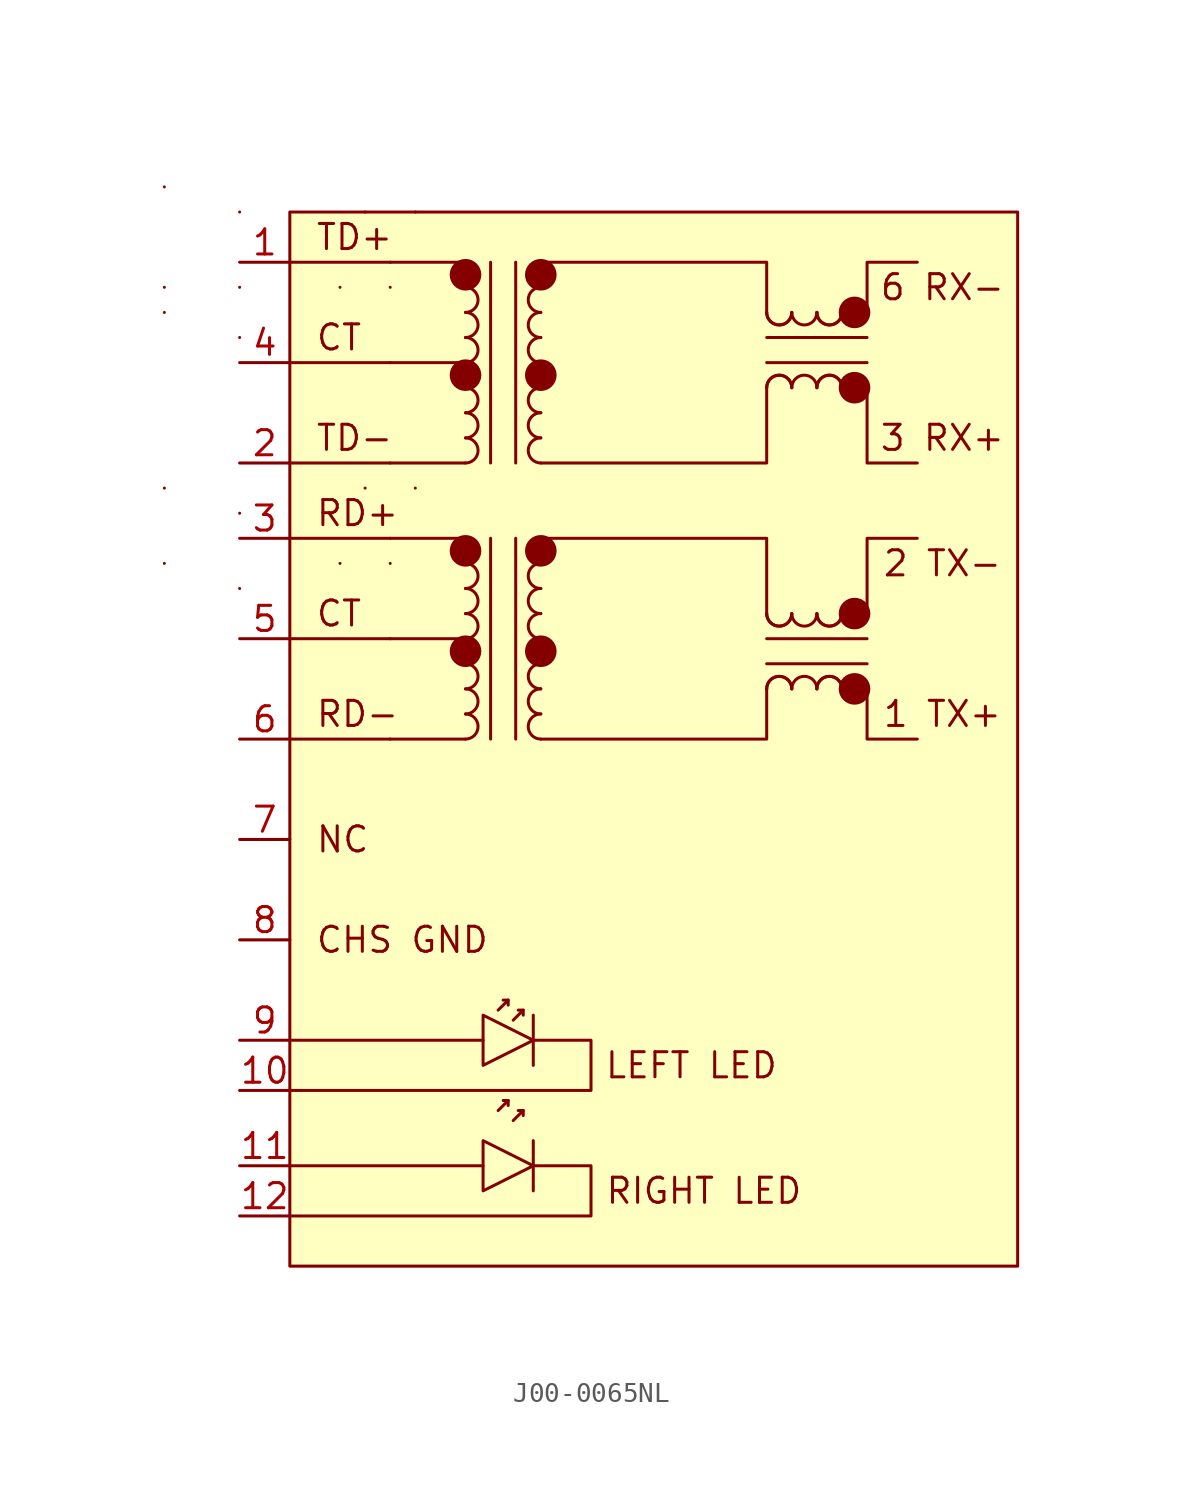
<source format=kicad_sym>
(kicad_symbol_lib
  (version 20211014)
  (generator kicad_symbol_editor)
  (symbol "J00-0065NL"
    (pin_names
      (offset 1.016) hide)
    (property "Reference" "J"
      (at 17.78 7.62 0)
      (effects (font (size 1.27 1.27)) hide))
    (symbol "J00-0065NL_0_0"
      (polyline (pts (xy 0 -41.91) (xy 9.779 -41.91)) (stroke (width 0) (type default) (color 0 0 0 0)) (fill (type none)))
      (polyline (pts (xy 0 -26.67) (xy 5.08 -26.67)) (stroke (width 0) (type default) (color 0 0 0 0)) (fill (type none)))
      (polyline (pts (xy 0 -21.59) (xy 5.08 -21.59)) (stroke (width 0) (type default) (color 0 0 0 0)) (fill (type none)))
      (polyline (pts (xy 0 -16.51) (xy 5.08 -16.51)) (stroke (width 0) (type default) (color 0 0 0 0)) (fill (type none)))
      (polyline (pts (xy 0 -12.7) (xy 5.08 -12.7)) (stroke (width 0) (type default) (color 0 0 0 0)) (fill (type none)))
      (polyline (pts (xy 0 -7.62) (xy 5.08 -7.62)) (stroke (width 0) (type default) (color 0 0 0 0)) (fill (type none)))
      (polyline (pts (xy 0 -2.54) (xy 5.08 -2.54)) (stroke (width 0) (type default) (color 0 0 0 0)) (fill (type none)))
      (polyline (pts (xy 12.319 -41.91) (xy 15.24 -41.91) (xy 15.24 -44.45) (xy 0 -44.45)) (stroke (width 0) (type default) (color 0 0 0 0)) (fill (type none)))
      (rectangle (start 0 0) (end 36.83 -53.34) (stroke (width 0) (type default) (color 0 0 0 0)) (fill (type background)))
      (circle (center 8.89 -22.225) (radius 0.0001) (stroke (width 0.8) (type default) (color 0 0 0 0)) (fill (type none)))
      (circle (center 8.89 -17.145) (radius 0.0001) (stroke (width 0.8) (type default) (color 0 0 0 0)) (fill (type none)))
      (circle (center 8.89 -8.255) (radius 0.0001) (stroke (width 0.8) (type default) (color 0 0 0 0)) (fill (type none)))
      (circle (center 8.89 -3.175) (radius 0.0001) (stroke (width 0.8) (type default) (color 0 0 0 0)) (fill (type none)))
      (circle (center 12.7 -22.225) (radius 0.0001) (stroke (width 0.8) (type default) (color 0 0 0 0)) (fill (type none)))
      (circle (center 12.7 -17.145) (radius 0.0001) (stroke (width 0.8) (type default) (color 0 0 0 0)) (fill (type none)))
      (circle (center 12.7 -8.255) (radius 0.0001) (stroke (width 0.8) (type default) (color 0 0 0 0)) (fill (type none)))
      (circle (center 12.7 -3.175) (radius 0.0001) (stroke (width 0.8) (type default) (color 0 0 0 0)) (fill (type none)))
      (circle (center 28.575 -24.13) (radius 0.0001) (stroke (width 0.8) (type default) (color 0 0 0 0)) (fill (type none)))
      (circle (center 28.575 -20.32) (radius 0.0001) (stroke (width 0.8) (type default) (color 0 0 0 0)) (fill (type none)))
      (circle (center 28.575 -8.89) (radius 0.0001) (stroke (width 0.8) (type default) (color 0 0 0 0)) (fill (type none)))
      (circle (center 28.575 -5.08) (radius 0.0001) (stroke (width 0.8) (type default) (color 0 0 0 0)) (fill (type none)))
      (text "1 TX+" (at 33.02 -25.4 0) (effects (font (size 1.27 1.27))))
      (text "2 TX-" (at 33.02 -17.78 0) (effects (font (size 1.27 1.27))))
      (text "3 RX+" (at 33.02 -11.43 0) (effects (font (size 1.27 1.27))))
      (text "6 RX-" (at 33.02 -3.81 0) (effects (font (size 1.27 1.27))))
      (text "CT" (at 1.27 -6.35 0) (effects (font (size 1.27 1.27)) (justify left)))
      (text "LEFT LED" (at 20.32 -43.18 0) (effects (font (size 1.27 1.27))))
      (text "TD+" (at 1.27 -1.27 0) (effects (font (size 1.27 1.27)) (justify left))))
    (symbol "J00-0065NL_0_1"
      (arc (start -6.35 -13.97) (mid -6.35 -16.51) (end -6.35 -13.97) (stroke (width 0) (type default) (color 0 0 0 0)) (fill (type none)))
      (polyline (pts (xy 8.89 -26.67) (xy 5.08 -26.67)) (stroke (width 0) (type default) (color 0 0 0 0)) (fill (type none)))
      (polyline (pts (xy 8.89 -21.59) (xy 5.08 -21.59)) (stroke (width 0) (type default) (color 0 0 0 0)) (fill (type none)))
      (polyline (pts (xy 8.89 -16.51) (xy 5.08 -16.51)) (stroke (width 0) (type default) (color 0 0 0 0)) (fill (type none)))
      (polyline (pts (xy 8.89 -12.7) (xy 5.08 -12.7)) (stroke (width 0) (type default) (color 0 0 0 0)) (fill (type none)))
      (polyline (pts (xy 8.89 -7.62) (xy 5.08 -7.62)) (stroke (width 0) (type default) (color 0 0 0 0)) (fill (type none)))
      (polyline (pts (xy 8.89 -2.54) (xy 5.08 -2.54)) (stroke (width 0) (type default) (color 0 0 0 0)) (fill (type none)))
      (polyline (pts (xy 11.049 -44.958) (xy 10.795 -44.958)) (stroke (width 0) (type default) (color 0 0 0 0)) (fill (type none)))
      (polyline (pts (xy 11.811 -45.466) (xy 11.557 -45.466)) (stroke (width 0) (type default) (color 0 0 0 0)) (fill (type none)))
      (polyline (pts (xy 12.319 -40.64) (xy 12.319 -43.18)) (stroke (width 0) (type default) (color 0 0 0 0)) (fill (type none)))
      (polyline (pts (xy 10.541 -45.466) (xy 11.049 -44.958) (xy 11.049 -45.212)) (stroke (width 0) (type default) (color 0 0 0 0)) (fill (type none)))
      (polyline (pts (xy 11.303 -45.974) (xy 11.811 -45.466) (xy 11.811 -45.72)) (stroke (width 0) (type default) (color 0 0 0 0)) (fill (type none)))
      (polyline (pts (xy 9.779 -40.64) (xy 9.779 -43.18) (xy 12.319 -41.91) (xy 9.779 -40.64)) (stroke (width 0) (type default) (color 0 0 0 0)) (fill (type none)))
      (arc (start 8.89 -22.86) (mid 9.525 -22.225) (end 8.89 -21.59) (stroke (width 0) (type default) (color 0 0 0 0)) (fill (type none)))
      (arc (start 8.89 -21.59) (mid 9.525 -20.955) (end 8.89 -20.32) (stroke (width 0) (type default) (color 0 0 0 0)) (fill (type none)))
      (arc (start 8.89 -17.78) (mid 9.525 -17.145) (end 8.89 -16.51) (stroke (width 0) (type default) (color 0 0 0 0)) (fill (type none))))
    (symbol "J00-0065NL_1_1"
      (arc (start -6.35 -17.78) (mid -6.35 -20.32) (end -6.35 -17.78) (stroke (width 0) (type default) (color 0 0 0 0)) (fill (type none)))
      (arc (start -6.35 -5.08) (mid -6.35 -7.62) (end -6.35 -5.08) (stroke (width 0) (type default) (color 0 0 0 0)) (fill (type none)))
      (arc (start -6.35 -3.81) (mid -6.35 -6.35) (end -6.35 -3.81) (stroke (width 0) (type default) (color 0 0 0 0)) (fill (type none)))
      (arc (start -6.35 1.27) (mid -6.35 -1.27) (end -6.35 1.27) (stroke (width 0) (type default) (color 0 0 0 0)) (fill (type none)))
      (arc (start -2.54 -19.05) (mid -2.54 -16.51) (end -2.54 -19.05) (stroke (width 0) (type default) (color 0 0 0 0)) (fill (type none)))
      (arc (start -2.54 -15.24) (mid -2.54 -12.7) (end -2.54 -15.24) (stroke (width 0) (type default) (color 0 0 0 0)) (fill (type none)))
      (arc (start -2.54 -6.35) (mid -2.54 -3.81) (end -2.54 -6.35) (stroke (width 0) (type default) (color 0 0 0 0)) (fill (type none)))
      (arc (start -2.54 -3.81) (mid -2.54 -1.27) (end -2.54 -3.81) (stroke (width 0) (type default) (color 0 0 0 0)) (fill (type none)))
      (arc (start -2.54 0) (mid -2.54 2.54) (end -2.54 0) (stroke (width 0) (type default) (color 0 0 0 0)) (fill (type none)))
      (polyline (pts (xy 0 -48.26) (xy 9.779 -48.26)) (stroke (width 0) (type default) (color 0 0 0 0)) (fill (type none)))
      (polyline (pts (xy 10.16 -16.51) (xy 10.16 -26.67)) (stroke (width 0) (type default) (color 0 0 0 0)) (fill (type none)))
      (polyline (pts (xy 10.16 -2.54) (xy 10.16 -12.7)) (stroke (width 0) (type default) (color 0 0 0 0)) (fill (type none)))
      (polyline (pts (xy 11.049 -39.878) (xy 10.795 -39.878)) (stroke (width 0) (type default) (color 0 0 0 0)) (fill (type none)))
      (polyline (pts (xy 11.43 -26.67) (xy 11.43 -16.51)) (stroke (width 0) (type default) (color 0 0 0 0)) (fill (type none)))
      (polyline (pts (xy 11.43 -12.7) (xy 11.43 -2.54)) (stroke (width 0) (type default) (color 0 0 0 0)) (fill (type none)))
      (polyline (pts (xy 11.811 -40.386) (xy 11.557 -40.386)) (stroke (width 0) (type default) (color 0 0 0 0)) (fill (type none)))
      (polyline (pts (xy 12.319 -46.99) (xy 12.319 -49.53)) (stroke (width 0) (type default) (color 0 0 0 0)) (fill (type none)))
      (polyline (pts (xy 24.13 -22.86) (xy 29.21 -22.86)) (stroke (width 0) (type default) (color 0 0 0 0)) (fill (type none)))
      (polyline (pts (xy 24.13 -7.62) (xy 29.21 -7.62)) (stroke (width 0) (type default) (color 0 0 0 0)) (fill (type none)))
      (polyline (pts (xy 29.21 -21.59) (xy 24.13 -21.59)) (stroke (width 0) (type default) (color 0 0 0 0)) (fill (type none)))
      (polyline (pts (xy 29.21 -6.35) (xy 24.13 -6.35)) (stroke (width 0) (type default) (color 0 0 0 0)) (fill (type none)))
      (polyline (pts (xy 10.541 -40.386) (xy 11.049 -39.878) (xy 11.049 -40.132)) (stroke (width 0) (type default) (color 0 0 0 0)) (fill (type none)))
      (polyline (pts (xy 11.303 -40.894) (xy 11.811 -40.386) (xy 11.811 -40.64)) (stroke (width 0) (type default) (color 0 0 0 0)) (fill (type none)))
      (polyline (pts (xy 12.7 -16.51) (xy 24.13 -16.51) (xy 24.13 -20.32)) (stroke (width 0) (type default) (color 0 0 0 0)) (fill (type none)))
      (polyline (pts (xy 12.7 -12.7) (xy 24.13 -12.7) (xy 24.13 -8.89)) (stroke (width 0) (type default) (color 0 0 0 0)) (fill (type none)))
      (polyline (pts (xy 12.7 -2.54) (xy 24.13 -2.54) (xy 24.13 -5.08)) (stroke (width 0) (type default) (color 0 0 0 0)) (fill (type none)))
      (polyline (pts (xy 24.13 -24.13) (xy 24.13 -26.67) (xy 12.7 -26.67)) (stroke (width 0) (type default) (color 0 0 0 0)) (fill (type none)))
      (polyline (pts (xy 29.21 -24.13) (xy 29.21 -26.67) (xy 31.75 -26.67)) (stroke (width 0) (type default) (color 0 0 0 0)) (fill (type none)))
      (polyline (pts (xy 29.21 -20.32) (xy 29.21 -16.51) (xy 31.75 -16.51)) (stroke (width 0) (type default) (color 0 0 0 0)) (fill (type none)))
      (polyline (pts (xy 29.21 -8.89) (xy 29.21 -12.7) (xy 31.75 -12.7)) (stroke (width 0) (type default) (color 0 0 0 0)) (fill (type none)))
      (polyline (pts (xy 29.21 -5.08) (xy 29.21 -2.54) (xy 31.75 -2.54)) (stroke (width 0) (type default) (color 0 0 0 0)) (fill (type none)))
      (polyline (pts (xy 9.779 -46.99) (xy 9.779 -49.53) (xy 12.319 -48.26) (xy 9.779 -46.99)) (stroke (width 0) (type default) (color 0 0 0 0)) (fill (type none)))
      (polyline (pts (xy 12.319 -48.26) (xy 15.24 -48.26) (xy 15.24 -50.8) (xy 0 -50.8)) (stroke (width 0) (type default) (color 0 0 0 0)) (fill (type none)))
      (arc (start 2.54 -17.78) (mid 5.08 -17.78) (end 2.54 -17.78) (stroke (width 0) (type default) (color 0 0 0 0)) (fill (type none)))
      (arc (start 2.54 -3.81) (mid 5.08 -3.81) (end 2.54 -3.81) (stroke (width 0) (type default) (color 0 0 0 0)) (fill (type none)))
      (arc (start 3.81 -13.97) (mid 1.27 -13.97) (end 3.81 -13.97) (stroke (width 0) (type default) (color 0 0 0 0)) (fill (type none)))
      (arc (start 3.81 0) (mid 1.27 0) (end 3.81 0) (stroke (width 0) (type default) (color 0 0 0 0)) (fill (type none)))
      (arc (start 5.08 -17.78) (mid 7.62 -17.78) (end 5.08 -17.78) (stroke (width 0) (type default) (color 0 0 0 0)) (fill (type none)))
      (arc (start 5.08 -3.81) (mid 7.62 -3.81) (end 5.08 -3.81) (stroke (width 0) (type default) (color 0 0 0 0)) (fill (type none)))
      (arc (start 6.35 -13.97) (mid 3.81 -13.97) (end 6.35 -13.97) (stroke (width 0) (type default) (color 0 0 0 0)) (fill (type none)))
      (arc (start 6.35 0) (mid 3.81 0) (end 6.35 0) (stroke (width 0) (type default) (color 0 0 0 0)) (fill (type none)))
      (arc (start 8.89 -26.67) (mid 9.525 -26.035) (end 8.89 -25.4) (stroke (width 0) (type default) (color 0 0 0 0)) (fill (type none)))
      (arc (start 8.89 -25.4) (mid 9.525 -24.765) (end 8.89 -24.13) (stroke (width 0) (type default) (color 0 0 0 0)) (fill (type none)))
      (arc (start 8.89 -24.13) (mid 9.525 -23.495) (end 8.89 -22.86) (stroke (width 0) (type default) (color 0 0 0 0)) (fill (type none)))
      (arc (start 8.89 -20.32) (mid 9.525 -19.685) (end 8.89 -19.05) (stroke (width 0) (type default) (color 0 0 0 0)) (fill (type none)))
      (arc (start 8.89 -19.05) (mid 9.525 -18.415) (end 8.89 -17.78) (stroke (width 0) (type default) (color 0 0 0 0)) (fill (type none)))
      (arc (start 8.89 -12.7) (mid 9.525 -12.065) (end 8.89 -11.43) (stroke (width 0) (type default) (color 0 0 0 0)) (fill (type none)))
      (arc (start 8.89 -11.43) (mid 9.525 -10.795) (end 8.89 -10.16) (stroke (width 0) (type default) (color 0 0 0 0)) (fill (type none)))
      (arc (start 8.89 -10.16) (mid 9.525 -9.525) (end 8.89 -8.89) (stroke (width 0) (type default) (color 0 0 0 0)) (fill (type none)))
      (arc (start 8.89 -8.89) (mid 9.525 -8.255) (end 8.89 -7.62) (stroke (width 0) (type default) (color 0 0 0 0)) (fill (type none)))
      (arc (start 8.89 -7.62) (mid 9.525 -6.985) (end 8.89 -6.35) (stroke (width 0) (type default) (color 0 0 0 0)) (fill (type none)))
      (arc (start 8.89 -6.35) (mid 9.525 -5.715) (end 8.89 -5.08) (stroke (width 0) (type default) (color 0 0 0 0)) (fill (type none)))
      (arc (start 8.89 -5.08) (mid 9.525 -4.445) (end 8.89 -3.81) (stroke (width 0) (type default) (color 0 0 0 0)) (fill (type none)))
      (arc (start 8.89 -3.81) (mid 9.525 -3.175) (end 8.89 -2.54) (stroke (width 0) (type default) (color 0 0 0 0)) (fill (type none)))
      (arc (start 12.7 -25.4) (mid 12.065 -26.035) (end 12.7 -26.67) (stroke (width 0) (type default) (color 0 0 0 0)) (fill (type none)))
      (arc (start 12.7 -24.13) (mid 12.065 -24.765) (end 12.7 -25.4) (stroke (width 0) (type default) (color 0 0 0 0)) (fill (type none)))
      (arc (start 12.7 -22.86) (mid 12.065 -23.495) (end 12.7 -24.13) (stroke (width 0) (type default) (color 0 0 0 0)) (fill (type none)))
      (arc (start 12.7 -21.59) (mid 12.065 -22.225) (end 12.7 -22.86) (stroke (width 0) (type default) (color 0 0 0 0)) (fill (type none)))
      (arc (start 12.7 -20.32) (mid 12.065 -20.955) (end 12.7 -21.59) (stroke (width 0) (type default) (color 0 0 0 0)) (fill (type none)))
      (arc (start 12.7 -19.05) (mid 12.065 -19.685) (end 12.7 -20.32) (stroke (width 0) (type default) (color 0 0 0 0)) (fill (type none)))
      (arc (start 12.7 -17.78) (mid 12.065 -18.415) (end 12.7 -19.05) (stroke (width 0) (type default) (color 0 0 0 0)) (fill (type none)))
      (arc (start 12.7 -16.51) (mid 12.065 -17.145) (end 12.7 -17.78) (stroke (width 0) (type default) (color 0 0 0 0)) (fill (type none)))
      (arc (start 12.7 -11.43) (mid 12.065 -12.065) (end 12.7 -12.7) (stroke (width 0) (type default) (color 0 0 0 0)) (fill (type none)))
      (arc (start 12.7 -10.16) (mid 12.065 -10.795) (end 12.7 -11.43) (stroke (width 0) (type default) (color 0 0 0 0)) (fill (type none)))
      (arc (start 12.7 -8.89) (mid 12.065 -9.525) (end 12.7 -10.16) (stroke (width 0) (type default) (color 0 0 0 0)) (fill (type none)))
      (arc (start 12.7 -7.62) (mid 12.065 -8.255) (end 12.7 -8.89) (stroke (width 0) (type default) (color 0 0 0 0)) (fill (type none)))
      (arc (start 12.7 -6.35) (mid 12.065 -6.985) (end 12.7 -7.62) (stroke (width 0) (type default) (color 0 0 0 0)) (fill (type none)))
      (arc (start 12.7 -5.08) (mid 12.065 -5.715) (end 12.7 -6.35) (stroke (width 0) (type default) (color 0 0 0 0)) (fill (type none)))
      (arc (start 12.7 -3.81) (mid 12.065 -4.445) (end 12.7 -5.08) (stroke (width 0) (type default) (color 0 0 0 0)) (fill (type none)))
      (arc (start 12.7 -2.54) (mid 12.065 -3.175) (end 12.7 -3.81) (stroke (width 0) (type default) (color 0 0 0 0)) (fill (type none)))
      (arc (start 24.13 -20.32) (mid 24.765 -20.955) (end 25.4 -20.32) (stroke (width 0) (type default) (color 0 0 0 0)) (fill (type none)))
      (arc (start 24.13 -20.32) (mid 24.765 -20.955) (end 25.4 -20.32) (stroke (width 0) (type default) (color 0 0 0 0)) (fill (type none)))
      (arc (start 24.13 -5.08) (mid 24.765 -5.715) (end 25.4 -5.08) (stroke (width 0) (type default) (color 0 0 0 0)) (fill (type none)))
      (arc (start 24.13 -5.08) (mid 24.765 -5.715) (end 25.4 -5.08) (stroke (width 0) (type default) (color 0 0 0 0)) (fill (type none)))
      (arc (start 25.4 -24.13) (mid 24.765 -23.495) (end 24.13 -24.13) (stroke (width 0) (type default) (color 0 0 0 0)) (fill (type none)))
      (arc (start 25.4 -24.13) (mid 24.765 -23.495) (end 24.13 -24.13) (stroke (width 0) (type default) (color 0 0 0 0)) (fill (type none)))
      (arc (start 25.4 -20.32) (mid 26.035 -20.955) (end 26.67 -20.32) (stroke (width 0) (type default) (color 0 0 0 0)) (fill (type none)))
      (arc (start 25.4 -8.89) (mid 24.765 -8.255) (end 24.13 -8.89) (stroke (width 0) (type default) (color 0 0 0 0)) (fill (type none)))
      (arc (start 25.4 -8.89) (mid 24.765 -8.255) (end 24.13 -8.89) (stroke (width 0) (type default) (color 0 0 0 0)) (fill (type none)))
      (arc (start 25.4 -5.08) (mid 26.035 -5.715) (end 26.67 -5.08) (stroke (width 0) (type default) (color 0 0 0 0)) (fill (type none)))
      (arc (start 26.67 -24.13) (mid 26.035 -23.495) (end 25.4 -24.13) (stroke (width 0) (type default) (color 0 0 0 0)) (fill (type none)))
      (arc (start 26.67 -20.32) (mid 27.305 -20.955) (end 27.94 -20.32) (stroke (width 0) (type default) (color 0 0 0 0)) (fill (type none)))
      (arc (start 26.67 -20.32) (mid 27.305 -20.955) (end 27.94 -20.32) (stroke (width 0) (type default) (color 0 0 0 0)) (fill (type none)))
      (arc (start 26.67 -8.89) (mid 26.035 -8.255) (end 25.4 -8.89) (stroke (width 0) (type default) (color 0 0 0 0)) (fill (type none)))
      (arc (start 26.67 -5.08) (mid 27.305 -5.715) (end 27.94 -5.08) (stroke (width 0) (type default) (color 0 0 0 0)) (fill (type none)))
      (arc (start 26.67 -5.08) (mid 27.305 -5.715) (end 27.94 -5.08) (stroke (width 0) (type default) (color 0 0 0 0)) (fill (type none)))
      (arc (start 27.94 -24.13) (mid 27.305 -23.495) (end 26.67 -24.13) (stroke (width 0) (type default) (color 0 0 0 0)) (fill (type none)))
      (arc (start 27.94 -24.13) (mid 27.305 -23.495) (end 26.67 -24.13) (stroke (width 0) (type default) (color 0 0 0 0)) (fill (type none)))
      (arc (start 27.94 -20.32) (mid 28.575 -20.955) (end 29.21 -20.32) (stroke (width 0) (type default) (color 0 0 0 0)) (fill (type none)))
      (arc (start 27.94 -8.89) (mid 27.305 -8.255) (end 26.67 -8.89) (stroke (width 0) (type default) (color 0 0 0 0)) (fill (type none)))
      (arc (start 27.94 -8.89) (mid 27.305 -8.255) (end 26.67 -8.89) (stroke (width 0) (type default) (color 0 0 0 0)) (fill (type none)))
      (arc (start 27.94 -5.08) (mid 28.575 -5.715) (end 29.21 -5.08) (stroke (width 0) (type default) (color 0 0 0 0)) (fill (type none)))
      (arc (start 29.21 -24.13) (mid 28.575 -23.495) (end 27.94 -24.13) (stroke (width 0) (type default) (color 0 0 0 0)) (fill (type none)))
      (arc (start 29.21 -8.89) (mid 28.575 -8.255) (end 27.94 -8.89) (stroke (width 0) (type default) (color 0 0 0 0)) (fill (type none)))
      (text "CHS GND" (at 1.27 -36.83 0) (effects (font (size 1.27 1.27)) (justify left)))
      (text "CT" (at 1.27 -20.32 0) (effects (font (size 1.27 1.27)) (justify left)))
      (text "NC" (at 1.27 -31.75 0) (effects (font (size 1.27 1.27)) (justify left)))
      (text "RD+" (at 1.27 -15.24 0) (effects (font (size 1.27 1.27)) (justify left)))
      (text "RD-" (at 1.27 -25.4 0) (effects (font (size 1.27 1.27)) (justify left)))
      (text "RIGHT LED" (at 20.955 -49.53 0) (effects (font (size 1.27 1.27))))
      (text "TD-" (at 1.27 -11.43 0) (effects (font (size 1.27 1.27)) (justify left)))
      (pin passive line (at -2.54 -2.54 0) (length 2.54) (name "TD+" (effects (font (size 1.27 1.27)))) (number "1" (effects (font (size 1.27 1.27)))))
      (pin passive line (at -2.54 -44.45 0) (length 2.54) (name "LLED-" (effects (font (size 1.27 1.27)))) (number "10" (effects (font (size 1.27 1.27)))))
      (pin passive line (at -2.54 -48.26 0) (length 2.54) (name "RLED+" (effects (font (size 1.27 1.27)))) (number "11" (effects (font (size 1.27 1.27)))))
      (pin passive line (at -2.54 -50.8 0) (length 2.54) (name "RLED-" (effects (font (size 1.27 1.27)))) (number "12" (effects (font (size 1.27 1.27)))))
      (pin passive line (at -2.54 -12.7 0) (length 2.54) (name "TD-" (effects (font (size 1.27 1.27)))) (number "2" (effects (font (size 1.27 1.27)))))
      (pin passive line (at -2.54 -16.51 0) (length 2.54) (name "RD+" (effects (font (size 1.27 1.27)))) (number "3" (effects (font (size 1.27 1.27)))))
      (pin passive line (at -2.54 -7.62 0) (length 2.54) (name "CT" (effects (font (size 1.27 1.27)))) (number "4" (effects (font (size 1.27 1.27)))))
      (pin passive line (at -2.54 -21.59 0) (length 2.54) (name "CT" (effects (font (size 1.27 1.27)))) (number "5" (effects (font (size 1.27 1.27)))))
      (pin passive line (at -2.54 -26.67 0) (length 2.54) (name "RD-" (effects (font (size 1.27 1.27)))) (number "6" (effects (font (size 1.27 1.27)))))
      (pin passive line (at -2.54 -31.75 0) (length 2.54) (name "RD-" (effects (font (size 1.27 1.27)))) (number "7" (effects (font (size 1.27 1.27)))))
      (pin passive line (at -2.54 -36.83 0) (length 2.54) (name "RD-" (effects (font (size 1.27 1.27)))) (number "8" (effects (font (size 1.27 1.27)))))
      (pin passive line (at -2.54 -41.91 0) (length 2.54) (name "LLED+" (effects (font (size 1.27 1.27)))) (number "9" (effects (font (size 1.27 1.27))))))))
</source>
